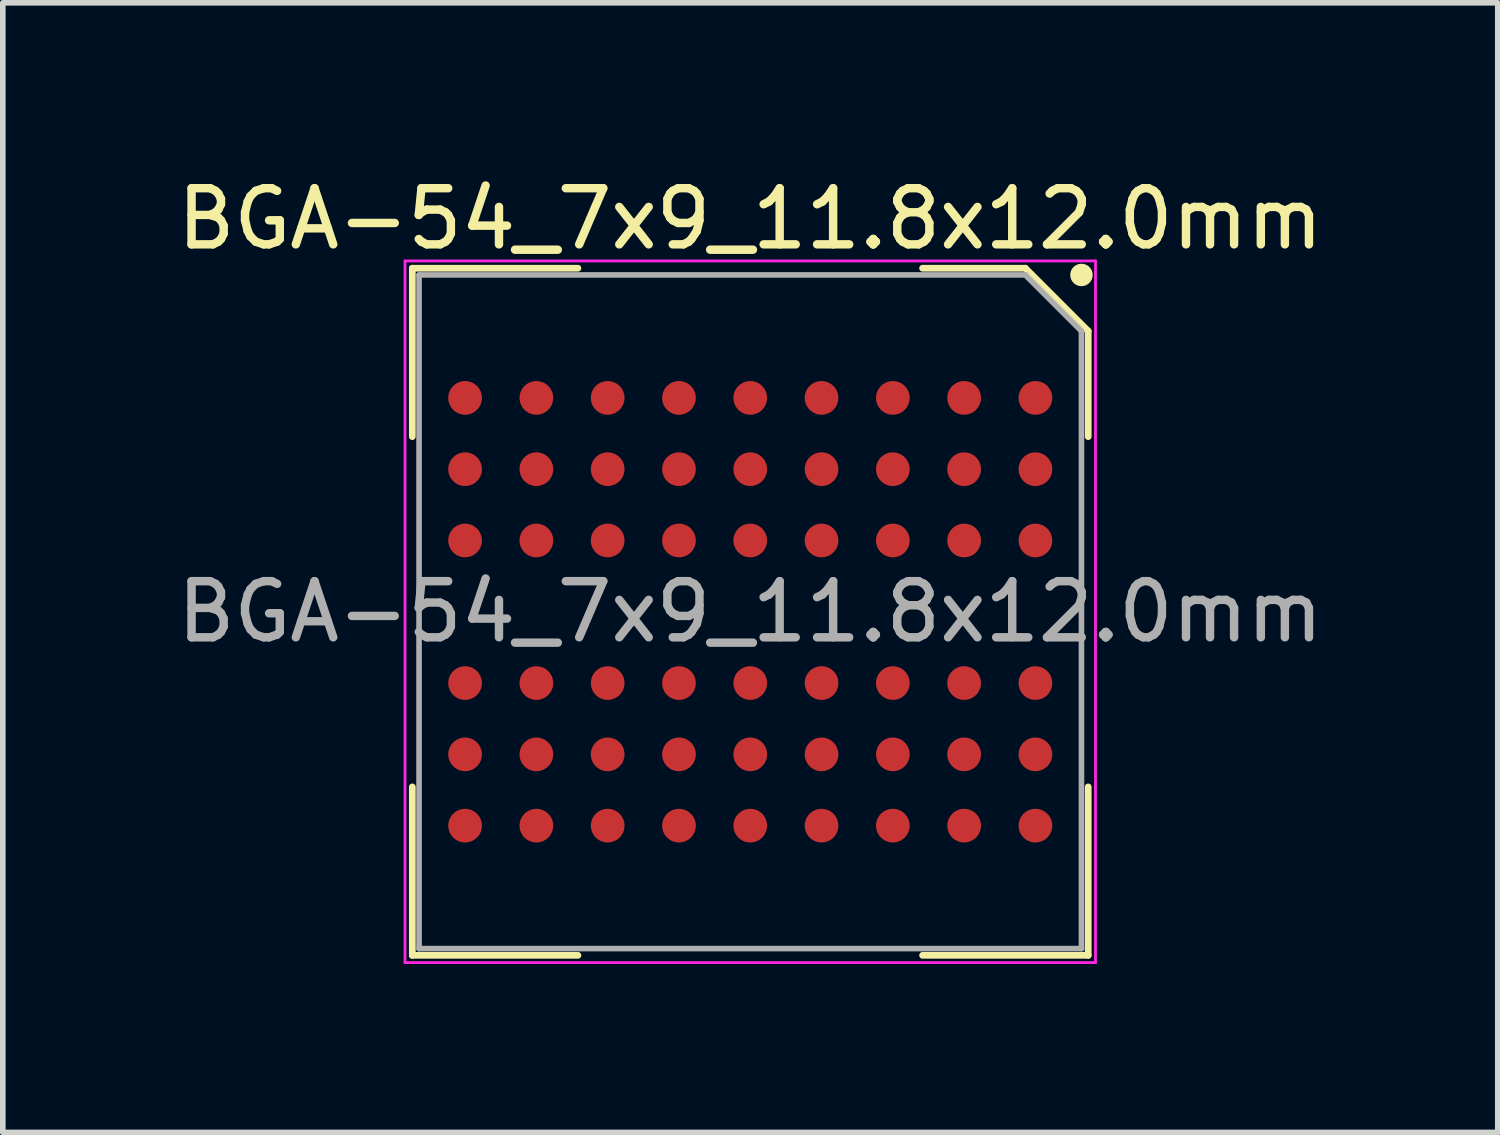
<source format=kicad_pcb>
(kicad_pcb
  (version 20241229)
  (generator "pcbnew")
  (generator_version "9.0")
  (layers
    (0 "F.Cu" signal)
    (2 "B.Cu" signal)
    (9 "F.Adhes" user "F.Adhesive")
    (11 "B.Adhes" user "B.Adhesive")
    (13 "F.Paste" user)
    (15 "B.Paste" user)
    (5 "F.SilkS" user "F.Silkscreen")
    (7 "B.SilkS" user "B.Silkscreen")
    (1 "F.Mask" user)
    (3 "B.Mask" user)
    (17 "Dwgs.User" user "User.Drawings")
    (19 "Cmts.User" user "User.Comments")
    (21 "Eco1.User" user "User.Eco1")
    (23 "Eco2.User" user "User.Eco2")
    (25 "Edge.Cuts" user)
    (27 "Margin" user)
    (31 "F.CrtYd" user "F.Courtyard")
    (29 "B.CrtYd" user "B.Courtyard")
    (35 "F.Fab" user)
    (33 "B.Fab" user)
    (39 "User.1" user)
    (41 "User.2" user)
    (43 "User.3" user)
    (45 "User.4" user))
  (footprint "BGA-54_7x9_11.8x12.0mm"
    (layer "F.Cu")
    (at 10.315 7.848)
    (property "Reference" "BGA-54_7x9_11.8x12.0mm" (at 0 -7 0) (layer "F.SilkS") (effects (font (size 1 1) (thickness 0.15))))
    (attr smd)
    (fp_line (start -6.02 -6.12) (end -6.02 -3.12) (stroke (width 0.12) (type default)) (layer "F.SilkS"))
    (fp_line (start -6.02 6.12) (end -6.02 3.12) (stroke (width 0.12) (type default)) (layer "F.SilkS"))
    (fp_line (start -3.07 -6.12) (end -6.02 -6.12) (stroke (width 0.12) (type default)) (layer "F.SilkS"))
    (fp_line (start -3.07 6.12) (end -6.02 6.12) (stroke (width 0.12) (type default)) (layer "F.SilkS"))
    (fp_line (start 3.07 -6.12) (end 4.9 -6.12) (stroke (width 0.12) (type default)) (layer "F.SilkS"))
    (fp_line (start 3.07 6.12) (end 6.02 6.12) (stroke (width 0.12) (type default)) (layer "F.SilkS"))
    (fp_line (start 4.9 -6.12) (end 6.02 -5) (stroke (width 0.12) (type default)) (layer "F.SilkS"))
    (fp_line (start 6.02 -5) (end 6.02 -3.12) (stroke (width 0.12) (type default)) (layer "F.SilkS"))
    (fp_line (start 6.02 6.12) (end 6.02 3.12) (stroke (width 0.12) (type default)) (layer "F.SilkS"))
    (fp_circle (center 5.9 -6) (end 5.9 -5.9) (stroke (width 0.2) (type default)) (fill no) (layer "F.SilkS"))
    (fp_line (start -6.15 -6.25) (end -6.15 6.25) (stroke (width 0.05) (type default)) (layer "F.CrtYd"))
    (fp_line (start -6.15 6.25) (end 6.15 6.25) (stroke (width 0.05) (type default)) (layer "F.CrtYd"))
    (fp_line (start 6.15 -6.25) (end -6.15 -6.25) (stroke (width 0.05) (type default)) (layer "F.CrtYd"))
    (fp_line (start 6.15 6.25) (end 6.15 -6.25) (stroke (width 0.05) (type default)) (layer "F.CrtYd"))
    (fp_line (start -5.9 -6) (end 4.9 -6) (stroke (width 0.1) (type default)) (layer "F.Fab"))
    (fp_line (start -5.9 6) (end -5.9 -6) (stroke (width 0.1) (type default)) (layer "F.Fab"))
    (fp_line (start 4.9 -6) (end 5.9 -5) (stroke (width 0.1) (type default)) (layer "F.Fab"))
    (fp_line (start 5.9 -5) (end 5.9 6) (stroke (width 0.1) (type default)) (layer "F.Fab"))
    (fp_line (start 5.9 6) (end -5.9 6) (stroke (width 0.1) (type default)) (layer "F.Fab"))
    (fp_text user "${REFERENCE}" (at 0 0 0) (layer "F.Fab") (effects (font (size 1 1) (thickness 0.15))))
    (pad "A1" smd circle (at 5.08 -3.81 270) (size 0.6 0.6) (layers "F.Cu" "F.Mask" "F.Paste"))
    (pad "A2" smd circle (at 5.08 -2.54 270) (size 0.6 0.6) (layers "F.Cu" "F.Mask" "F.Paste"))
    (pad "A3" smd circle (at 5.08 -1.27 270) (size 0.6 0.6) (layers "F.Cu" "F.Mask" "F.Paste"))
    (pad "A5" smd circle (at 5.08 1.27 270) (size 0.6 0.6) (layers "F.Cu" "F.Mask" "F.Paste"))
    (pad "A6" smd circle (at 5.08 2.54 270) (size 0.6 0.6) (layers "F.Cu" "F.Mask" "F.Paste"))
    (pad "A7" smd circle (at 5.08 3.81 270) (size 0.6 0.6) (layers "F.Cu" "F.Mask" "F.Paste"))
    (pad "B1" smd circle (at 3.81 -3.81 270) (size 0.6 0.6) (layers "F.Cu" "F.Mask" "F.Paste"))
    (pad "B2" smd circle (at 3.81 -2.54 270) (size 0.6 0.6) (layers "F.Cu" "F.Mask" "F.Paste"))
    (pad "B3" smd circle (at 3.81 -1.27 270) (size 0.6 0.6) (layers "F.Cu" "F.Mask" "F.Paste"))
    (pad "B5" smd circle (at 3.81 1.27 270) (size 0.6 0.6) (layers "F.Cu" "F.Mask" "F.Paste"))
    (pad "B6" smd circle (at 3.81 2.54 270) (size 0.6 0.6) (layers "F.Cu" "F.Mask" "F.Paste"))
    (pad "B7" smd circle (at 3.81 3.81 270) (size 0.6 0.6) (layers "F.Cu" "F.Mask" "F.Paste"))
    (pad "C1" smd circle (at 2.54 -3.81 270) (size 0.6 0.6) (layers "F.Cu" "F.Mask" "F.Paste"))
    (pad "C2" smd circle (at 2.54 -2.54 270) (size 0.6 0.6) (layers "F.Cu" "F.Mask" "F.Paste"))
    (pad "C3" smd circle (at 2.54 -1.27 270) (size 0.6 0.6) (layers "F.Cu" "F.Mask" "F.Paste"))
    (pad "C5" smd circle (at 2.54 1.27 270) (size 0.6 0.6) (layers "F.Cu" "F.Mask" "F.Paste"))
    (pad "C6" smd circle (at 2.54 2.54 270) (size 0.6 0.6) (layers "F.Cu" "F.Mask" "F.Paste"))
    (pad "C7" smd circle (at 2.54 3.81 270) (size 0.6 0.6) (layers "F.Cu" "F.Mask" "F.Paste"))
    (pad "D1" smd circle (at 1.27 -3.81 270) (size 0.6 0.6) (layers "F.Cu" "F.Mask" "F.Paste"))
    (pad "D2" smd circle (at 1.27 -2.54 270) (size 0.6 0.6) (layers "F.Cu" "F.Mask" "F.Paste"))
    (pad "D3" smd circle (at 1.27 -1.27 270) (size 0.6 0.6) (layers "F.Cu" "F.Mask" "F.Paste"))
    (pad "D5" smd circle (at 1.27 1.27 270) (size 0.6 0.6) (layers "F.Cu" "F.Mask" "F.Paste"))
    (pad "D6" smd circle (at 1.27 2.54 270) (size 0.6 0.6) (layers "F.Cu" "F.Mask" "F.Paste"))
    (pad "D7" smd circle (at 1.27 3.81 270) (size 0.6 0.6) (layers "F.Cu" "F.Mask" "F.Paste"))
    (pad "E1" smd circle (at 0 -3.81 270) (size 0.6 0.6) (layers "F.Cu" "F.Mask" "F.Paste"))
    (pad "E2" smd circle (at 0 -2.54 270) (size 0.6 0.6) (layers "F.Cu" "F.Mask" "F.Paste"))
    (pad "E3" smd circle (at 0 -1.27 270) (size 0.6 0.6) (layers "F.Cu" "F.Mask" "F.Paste"))
    (pad "E5" smd circle (at 0 1.27 270) (size 0.6 0.6) (layers "F.Cu" "F.Mask" "F.Paste"))
    (pad "E6" smd circle (at 0 2.54 270) (size 0.6 0.6) (layers "F.Cu" "F.Mask" "F.Paste"))
    (pad "E7" smd circle (at 0 3.81 270) (size 0.6 0.6) (layers "F.Cu" "F.Mask" "F.Paste"))
    (pad "F1" smd circle (at -1.27 -3.81 270) (size 0.6 0.6) (layers "F.Cu" "F.Mask" "F.Paste"))
    (pad "F2" smd circle (at -1.27 -2.54 270) (size 0.6 0.6) (layers "F.Cu" "F.Mask" "F.Paste"))
    (pad "F3" smd circle (at -1.27 -1.27 270) (size 0.6 0.6) (layers "F.Cu" "F.Mask" "F.Paste"))
    (pad "F5" smd circle (at -1.27 1.27 270) (size 0.6 0.6) (layers "F.Cu" "F.Mask" "F.Paste"))
    (pad "F6" smd circle (at -1.27 2.54 270) (size 0.6 0.6) (layers "F.Cu" "F.Mask" "F.Paste"))
    (pad "F7" smd circle (at -1.27 3.81 270) (size 0.6 0.6) (layers "F.Cu" "F.Mask" "F.Paste"))
    (pad "G1" smd circle (at -2.54 -3.81 270) (size 0.6 0.6) (layers "F.Cu" "F.Mask" "F.Paste"))
    (pad "G2" smd circle (at -2.54 -2.54 270) (size 0.6 0.6) (layers "F.Cu" "F.Mask" "F.Paste"))
    (pad "G3" smd circle (at -2.54 -1.27 270) (size 0.6 0.6) (layers "F.Cu" "F.Mask" "F.Paste"))
    (pad "G5" smd circle (at -2.54 1.27 270) (size 0.6 0.6) (layers "F.Cu" "F.Mask" "F.Paste"))
    (pad "G6" smd circle (at -2.54 2.54 270) (size 0.6 0.6) (layers "F.Cu" "F.Mask" "F.Paste"))
    (pad "G7" smd circle (at -2.54 3.81 270) (size 0.6 0.6) (layers "F.Cu" "F.Mask" "F.Paste"))
    (pad "H1" smd circle (at -3.81 -3.81 270) (size 0.6 0.6) (layers "F.Cu" "F.Mask" "F.Paste"))
    (pad "H2" smd circle (at -3.81 -2.54 270) (size 0.6 0.6) (layers "F.Cu" "F.Mask" "F.Paste"))
    (pad "H3" smd circle (at -3.81 -1.27 270) (size 0.6 0.6) (layers "F.Cu" "F.Mask" "F.Paste"))
    (pad "H5" smd circle (at -3.81 1.27 270) (size 0.6 0.6) (layers "F.Cu" "F.Mask" "F.Paste"))
    (pad "H6" smd circle (at -3.81 2.54 270) (size 0.6 0.6) (layers "F.Cu" "F.Mask" "F.Paste"))
    (pad "H7" smd circle (at -3.81 3.81 270) (size 0.6 0.6) (layers "F.Cu" "F.Mask" "F.Paste"))
    (pad "J1" smd circle (at -5.08 -3.81 270) (size 0.6 0.6) (layers "F.Cu" "F.Mask" "F.Paste"))
    (pad "J2" smd circle (at -5.08 -2.54 270) (size 0.6 0.6) (layers "F.Cu" "F.Mask" "F.Paste"))
    (pad "J3" smd circle (at -5.08 -1.27 270) (size 0.6 0.6) (layers "F.Cu" "F.Mask" "F.Paste"))
    (pad "J5" smd circle (at -5.08 1.27 270) (size 0.6 0.6) (layers "F.Cu" "F.Mask" "F.Paste"))
    (pad "J6" smd circle (at -5.08 2.54 270) (size 0.6 0.6) (layers "F.Cu" "F.Mask" "F.Paste"))
    (pad "J7" smd circle (at -5.08 3.81 270) (size 0.6 0.6) (layers "F.Cu" "F.Mask" "F.Paste")))
  (gr_rect
    (start -3 -3)
    (end 23.631 17.123)
    (stroke (width 0.1) (type default))
    (fill no)
    (layer "Edge.Cuts")))
</source>
